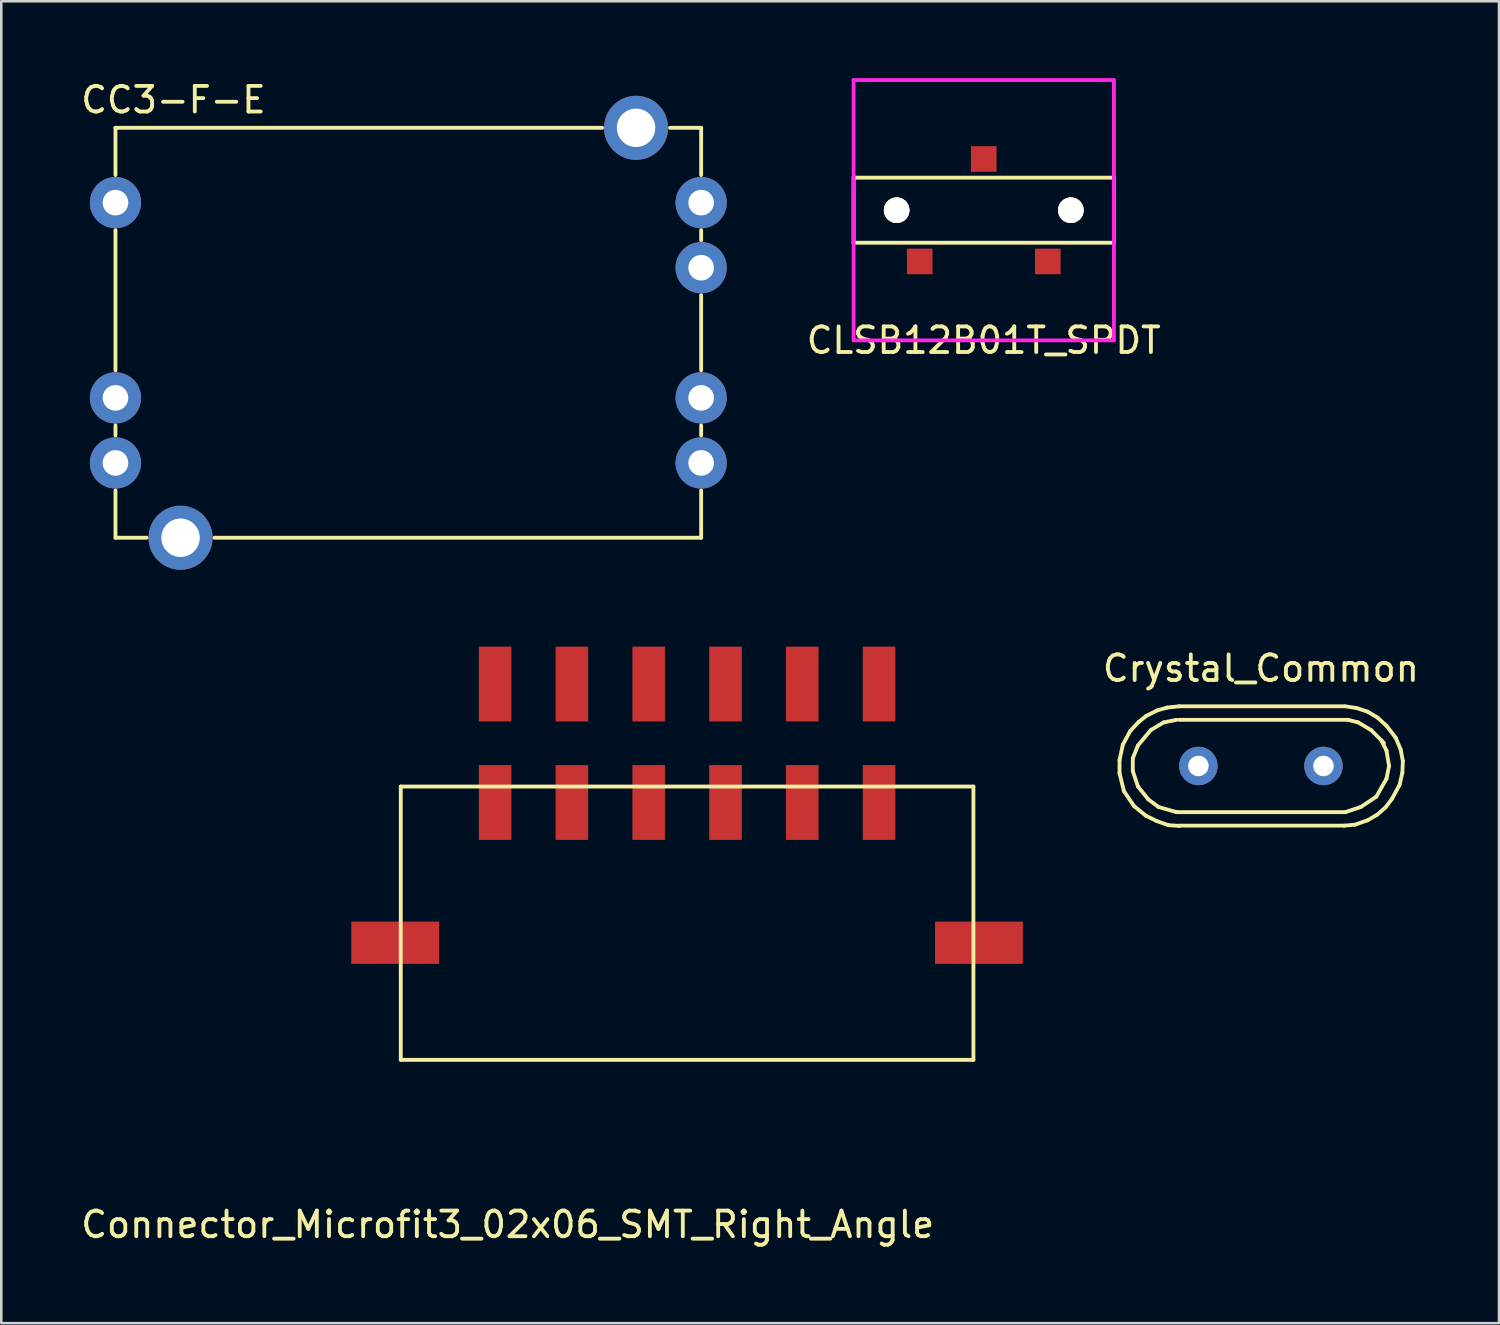
<source format=kicad_pcb>
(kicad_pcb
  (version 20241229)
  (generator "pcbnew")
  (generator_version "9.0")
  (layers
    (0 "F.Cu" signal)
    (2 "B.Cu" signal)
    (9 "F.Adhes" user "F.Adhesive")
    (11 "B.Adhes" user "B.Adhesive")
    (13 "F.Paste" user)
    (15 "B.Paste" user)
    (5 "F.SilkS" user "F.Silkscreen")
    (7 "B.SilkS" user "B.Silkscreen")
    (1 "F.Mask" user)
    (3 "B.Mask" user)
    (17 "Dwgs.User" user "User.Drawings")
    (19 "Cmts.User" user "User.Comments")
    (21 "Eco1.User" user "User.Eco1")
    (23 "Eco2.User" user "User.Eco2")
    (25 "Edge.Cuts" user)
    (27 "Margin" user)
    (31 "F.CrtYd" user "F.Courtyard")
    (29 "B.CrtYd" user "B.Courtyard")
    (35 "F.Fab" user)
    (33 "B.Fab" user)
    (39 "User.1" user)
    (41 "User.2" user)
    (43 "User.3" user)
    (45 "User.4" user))
  (footprint "CLSB12B01T_SPDT"
    (layer "F.Cu")
    (at 35.347 5.155)
    (property "Reference" "CLSB12B01T_SPDT" (at 0 5.08 0) (layer "F.SilkS") (effects (font (size 1 1) (thickness 0.15))))
    (attr through_hole)
    (fp_line (start -5.08 -1.27) (end 5.08 -1.27) (stroke (width 0.15) (type solid)) (layer "F.SilkS"))
    (fp_line (start -5.08 1.27) (end -5.08 -1.27) (stroke (width 0.15) (type solid)) (layer "F.SilkS"))
    (fp_line (start 5.08 -1.27) (end 5.08 1.27) (stroke (width 0.15) (type solid)) (layer "F.SilkS"))
    (fp_line (start 5.08 1.27) (end -5.08 1.27) (stroke (width 0.15) (type solid)) (layer "F.SilkS"))
    (fp_line (start -5.08 -5.08) (end 5.08 -5.08) (stroke (width 0.15) (type solid)) (layer "F.CrtYd"))
    (fp_line (start -5.08 5.08) (end -5.08 -5.08) (stroke (width 0.15) (type solid)) (layer "F.CrtYd"))
    (fp_line (start 5.08 -5.08) (end 5.08 5.08) (stroke (width 0.15) (type solid)) (layer "F.CrtYd"))
    (fp_line (start 5.08 5.08) (end -5.08 5.08) (stroke (width 0.15) (type solid)) (layer "F.CrtYd"))
    (pad "1" smd rect (at -2.5 2) (size 1 1) (layers "F.Cu" "F.Mask" "F.Paste"))
    (pad "2" smd rect (at 0 -2) (size 1 1) (layers "F.Cu" "F.Mask" "F.Paste"))
    (pad "3" smd rect (at 2.5 2) (size 1 1) (layers "F.Cu" "F.Mask" "F.Paste"))
    (pad "4" thru_hole circle (at -3.4 0) (size 1 1) (drill 1) (layers "*.Cu" "F.Mask" "F.SilkS"))
    (pad "4" thru_hole circle (at 3.4 0) (size 1 1) (drill 1) (layers "*.Cu" "F.Mask" "F.SilkS")))
  (footprint "Crystal_Common"
    (layer "F.Cu")
    (at 46.166 26.847)
    (property "Reference" "Crystal_Common" (at 0 -3.81 0) (layer "F.SilkS") (effects (font (size 1 1) (thickness 0.15))))
    (attr through_hole)
    (fp_line (start -5.519 -0.231) (end -5.519 0.279) (stroke (width 0.15) (type solid)) (layer "F.SilkS"))
    (fp_line (start -5.519 0.279) (end -5.349 0.98) (stroke (width 0.15) (type solid)) (layer "F.SilkS"))
    (fp_line (start -5.39 -0.831) (end -5.519 -0.231) (stroke (width 0.15) (type solid)) (layer "F.SilkS"))
    (fp_line (start -5.349 0.98) (end -4.95 1.57) (stroke (width 0.15) (type solid)) (layer "F.SilkS"))
    (fp_line (start -5.1 -1.369) (end -5.39 -0.831) (stroke (width 0.15) (type solid)) (layer "F.SilkS"))
    (fp_line (start -5.001 -0.3) (end -4.801 -0.8) (stroke (width 0.15) (type solid)) (layer "F.SilkS"))
    (fp_line (start -5.001 0.201) (end -5.001 -0.3) (stroke (width 0.15) (type solid)) (layer "F.SilkS"))
    (fp_line (start -4.95 1.57) (end -4.491 1.941) (stroke (width 0.15) (type solid)) (layer "F.SilkS"))
    (fp_line (start -4.801 -0.8) (end -4.3 -1.4) (stroke (width 0.15) (type solid)) (layer "F.SilkS"))
    (fp_line (start -4.801 0.8) (end -5.001 0.201) (stroke (width 0.15) (type solid)) (layer "F.SilkS"))
    (fp_line (start -4.77 -1.72) (end -5.1 -1.369) (stroke (width 0.15) (type solid)) (layer "F.SilkS"))
    (fp_line (start -4.491 1.941) (end -4.069 2.149) (stroke (width 0.15) (type solid)) (layer "F.SilkS"))
    (fp_line (start -4.481 -1.951) (end -4.77 -1.72) (stroke (width 0.15) (type solid)) (layer "F.SilkS"))
    (fp_line (start -4.399 1.3) (end -4.801 0.8) (stroke (width 0.15) (type solid)) (layer "F.SilkS"))
    (fp_line (start -4.3 -1.4) (end -3.8 -1.699) (stroke (width 0.15) (type solid)) (layer "F.SilkS"))
    (fp_line (start -4.069 2.149) (end -3.619 2.309) (stroke (width 0.15) (type solid)) (layer "F.SilkS"))
    (fp_line (start -4.049 -2.169) (end -4.481 -1.951) (stroke (width 0.15) (type solid)) (layer "F.SilkS"))
    (fp_line (start -4 1.6) (end -4.399 1.3) (stroke (width 0.15) (type solid)) (layer "F.SilkS"))
    (fp_line (start -3.8 -1.699) (end -3.299 -1.801) (stroke (width 0.15) (type solid)) (layer "F.SilkS"))
    (fp_line (start -3.65 -2.281) (end -4.049 -2.169) (stroke (width 0.15) (type solid)) (layer "F.SilkS"))
    (fp_line (start -3.619 2.309) (end -3.18 2.339) (stroke (width 0.15) (type solid)) (layer "F.SilkS"))
    (fp_line (start -3.299 1.801) (end -4 1.6) (stroke (width 0.15) (type solid)) (layer "F.SilkS"))
    (fp_line (start -3.2 -2.329) (end 3.251 -2.329) (stroke (width 0.15) (type solid)) (layer "F.SilkS"))
    (fp_line (start -3.2 -1.801) (end 3.401 -1.801) (stroke (width 0.15) (type solid)) (layer "F.SilkS"))
    (fp_line (start -3.2 2.329) (end 3.251 2.329) (stroke (width 0.15) (type solid)) (layer "F.SilkS"))
    (fp_line (start -3.19 -2.329) (end -3.65 -2.281) (stroke (width 0.15) (type solid)) (layer "F.SilkS"))
    (fp_line (start 3.251 2.329) (end 3.67 2.291) (stroke (width 0.15) (type solid)) (layer "F.SilkS"))
    (fp_line (start 3.299 1.801) (end -3.299 1.801) (stroke (width 0.15) (type solid)) (layer "F.SilkS"))
    (fp_line (start 3.401 -1.801) (end 3.8 -1.699) (stroke (width 0.15) (type solid)) (layer "F.SilkS"))
    (fp_line (start 3.67 2.291) (end 4.161 2.121) (stroke (width 0.15) (type solid)) (layer "F.SilkS"))
    (fp_line (start 3.731 -2.261) (end 3.289 -2.329) (stroke (width 0.15) (type solid)) (layer "F.SilkS"))
    (fp_line (start 3.8 -1.699) (end 4.3 -1.4) (stroke (width 0.15) (type solid)) (layer "F.SilkS"))
    (fp_line (start 3.899 1.6) (end 3.299 1.801) (stroke (width 0.15) (type solid)) (layer "F.SilkS"))
    (fp_line (start 4.161 -2.121) (end 3.731 -2.261) (stroke (width 0.15) (type solid)) (layer "F.SilkS"))
    (fp_line (start 4.161 2.121) (end 4.539 1.9) (stroke (width 0.15) (type solid)) (layer "F.SilkS"))
    (fp_line (start 4.3 -1.4) (end 4.801 -0.899) (stroke (width 0.15) (type solid)) (layer "F.SilkS"))
    (fp_line (start 4.501 1.199) (end 3.899 1.6) (stroke (width 0.15) (type solid)) (layer "F.SilkS"))
    (fp_line (start 4.539 1.9) (end 4.859 1.621) (stroke (width 0.15) (type solid)) (layer "F.SilkS"))
    (fp_line (start 4.549 -1.89) (end 4.161 -2.121) (stroke (width 0.15) (type solid)) (layer "F.SilkS"))
    (fp_line (start 4.699 -1.001) (end 4.9 -0.599) (stroke (width 0.15) (type solid)) (layer "F.SilkS"))
    (fp_line (start 4.859 1.621) (end 5.11 1.29) (stroke (width 0.15) (type solid)) (layer "F.SilkS"))
    (fp_line (start 4.9 -1.57) (end 4.549 -1.89) (stroke (width 0.15) (type solid)) (layer "F.SilkS"))
    (fp_line (start 4.9 -0.599) (end 5.001 0) (stroke (width 0.15) (type solid)) (layer "F.SilkS"))
    (fp_line (start 4.9 0.5) (end 4.501 1.199) (stroke (width 0.15) (type solid)) (layer "F.SilkS"))
    (fp_line (start 5.001 0) (end 4.9 0.5) (stroke (width 0.15) (type solid)) (layer "F.SilkS"))
    (fp_line (start 5.11 1.29) (end 5.41 0.739) (stroke (width 0.15) (type solid)) (layer "F.SilkS"))
    (fp_line (start 5.26 -1.1) (end 4.9 -1.57) (stroke (width 0.15) (type solid)) (layer "F.SilkS"))
    (fp_line (start 5.41 0.739) (end 5.519 0.269) (stroke (width 0.15) (type solid)) (layer "F.SilkS"))
    (fp_line (start 5.451 -0.65) (end 5.26 -1.1) (stroke (width 0.15) (type solid)) (layer "F.SilkS"))
    (fp_line (start 5.519 0.269) (end 5.54 -0.191) (stroke (width 0.15) (type solid)) (layer "F.SilkS"))
    (fp_line (start 5.54 -0.191) (end 5.451 -0.65) (stroke (width 0.15) (type solid)) (layer "F.SilkS"))
    (pad "1" thru_hole circle (at -2.441 0) (size 1.501 1.501) (drill 0.8) (layers "*.Cu" "*.Mask"))
    (pad "2" thru_hole circle (at 2.441 0) (size 1.501 1.501) (drill 0.8) (layers "*.Cu" "*.Mask")))
  (footprint "Connector_Microfit3_02x06_SMT_Right_Angle"
    (layer "F.Cu")
    (at 23.768 33.746)
    (property "Reference" "Connector_Microfit3_02x06_SMT_Right_Angle" (at -7 11 0) (layer "F.SilkS") (effects (font (size 1 1) (thickness 0.15))))
    (attr through_hole)
    (fp_line (start -11.176 -6.096) (end 11.176 -6.096) (stroke (width 0.15) (type solid)) (layer "F.SilkS"))
    (fp_line (start -11.176 4.572) (end -11.176 -6.096) (stroke (width 0.15) (type solid)) (layer "F.SilkS"))
    (fp_line (start 11.176 -6.096) (end 11.176 4.572) (stroke (width 0.15) (type solid)) (layer "F.SilkS"))
    (fp_line (start 11.176 4.572) (end -11.176 4.572) (stroke (width 0.15) (type solid)) (layer "F.SilkS"))
    (pad "1" smd rect (at 7.493 -5.474) (size 1.27 2.921) (layers "F.Cu" "F.Mask" "F.Paste"))
    (pad "2" smd rect (at 4.496 -5.474) (size 1.27 2.921) (layers "F.Cu" "F.Mask" "F.Paste"))
    (pad "3" smd rect (at 1.499 -5.474) (size 1.27 2.921) (layers "F.Cu" "F.Mask" "F.Paste"))
    (pad "4" smd rect (at -1.499 -5.474) (size 1.27 2.921) (layers "F.Cu" "F.Mask" "F.Paste"))
    (pad "5" smd rect (at -4.496 -5.474) (size 1.27 2.921) (layers "F.Cu" "F.Mask" "F.Paste"))
    (pad "6" smd rect (at -7.493 -5.474) (size 1.27 2.921) (layers "F.Cu" "F.Mask" "F.Paste"))
    (pad "7" smd rect (at 7.493 -10.097) (size 1.27 2.921) (layers "F.Cu" "F.Mask" "F.Paste"))
    (pad "8" smd rect (at 4.496 -10.097) (size 1.27 2.921) (layers "F.Cu" "F.Mask" "F.Paste"))
    (pad "9" smd rect (at 1.499 -10.097) (size 1.27 2.921) (layers "F.Cu" "F.Mask" "F.Paste"))
    (pad "10" smd rect (at -1.499 -10.097) (size 1.27 2.921) (layers "F.Cu" "F.Mask" "F.Paste"))
    (pad "11" smd rect (at -4.496 -10.097) (size 1.27 2.921) (layers "F.Cu" "F.Mask" "F.Paste"))
    (pad "12" smd rect (at -7.493 -10.097) (size 1.27 2.921) (layers "F.Cu" "F.Mask" "F.Paste"))
    (pad "NC" smd rect (at -11.392 0) (size 3.429 1.651) (layers "F.Cu" "F.Mask" "F.Paste"))
    (pad "NC" smd rect (at 11.392 0) (size 3.429 1.651) (layers "F.Cu" "F.Mask" "F.Paste")))
  (footprint "CC3-F-E"
    (layer "F.Cu")
    (at 1.457 4.859)
    (property "Reference" "CC3-F-E" (at 2.263 -4.011 0) (layer "F.SilkS") (effects (font (size 1 1) (thickness 0.15))))
    (attr through_hole)
    (fp_line (start 0 -2.92) (end 18.995 -2.92) (stroke (width 0.15) (type solid)) (layer "F.SilkS"))
    (fp_line (start 0 -1.075) (end 0 -2.92) (stroke (width 0.15) (type solid)) (layer "F.SilkS"))
    (fp_line (start 0 1.075) (end 0 6.545) (stroke (width 0.15) (type solid)) (layer "F.SilkS"))
    (fp_line (start 0 9.085) (end 0 8.695) (stroke (width 0.15) (type solid)) (layer "F.SilkS"))
    (fp_line (start 0 13.08) (end 0 11.235) (stroke (width 0.15) (type solid)) (layer "F.SilkS"))
    (fp_line (start 1.215 13.08) (end 0 13.08) (stroke (width 0.15) (type solid)) (layer "F.SilkS"))
    (fp_line (start 21.645 -2.92) (end 22.86 -2.92) (stroke (width 0.15) (type solid)) (layer "F.SilkS"))
    (fp_line (start 22.86 -2.92) (end 22.86 -1.075) (stroke (width 0.15) (type solid)) (layer "F.SilkS"))
    (fp_line (start 22.86 1.075) (end 22.86 1.465) (stroke (width 0.15) (type solid)) (layer "F.SilkS"))
    (fp_line (start 22.86 3.615) (end 22.86 6.545) (stroke (width 0.15) (type solid)) (layer "F.SilkS"))
    (fp_line (start 22.86 8.695) (end 22.86 9.085) (stroke (width 0.15) (type solid)) (layer "F.SilkS"))
    (fp_line (start 22.86 11.235) (end 22.86 13.08) (stroke (width 0.15) (type solid)) (layer "F.SilkS"))
    (fp_line (start 22.86 13.08) (end 3.865 13.08) (stroke (width 0.15) (type solid)) (layer "F.SilkS"))
    (pad "1" thru_hole circle (at 0 0) (size 2 2) (drill 1) (layers "*.Cu" "*.Mask"))
    (pad "2" thru_hole circle (at 0 7.62) (size 2 2) (drill 1) (layers "*.Cu" "*.Mask"))
    (pad "3" thru_hole circle (at 0 10.16) (size 2 2) (drill 1) (layers "*.Cu" "*.Mask"))
    (pad "4" thru_hole circle (at 22.86 10.16) (size 2 2) (drill 1) (layers "*.Cu" "*.Mask"))
    (pad "5" thru_hole circle (at 22.86 7.62) (size 2 2) (drill 1) (layers "*.Cu" "*.Mask"))
    (pad "6" thru_hole circle (at 22.86 2.54) (size 2 2) (drill 1) (layers "*.Cu" "*.Mask"))
    (pad "7" thru_hole circle (at 22.86 0) (size 2 2) (drill 1) (layers "*.Cu" "*.Mask"))
    (pad "8" thru_hole circle (at 20.32 -2.92) (size 2.5 2.5) (drill 1.5) (layers "*.Cu" "*.Mask"))
    (pad "9" thru_hole circle (at 2.54 13.08) (size 2.5 2.5) (drill 1.5) (layers "*.Cu" "*.Mask")))
  (gr_rect
    (start -3 -3)
    (end 55.458 48.594)
    (stroke (width 0.1) (type default))
    (fill no)
    (layer "Edge.Cuts")))
</source>
